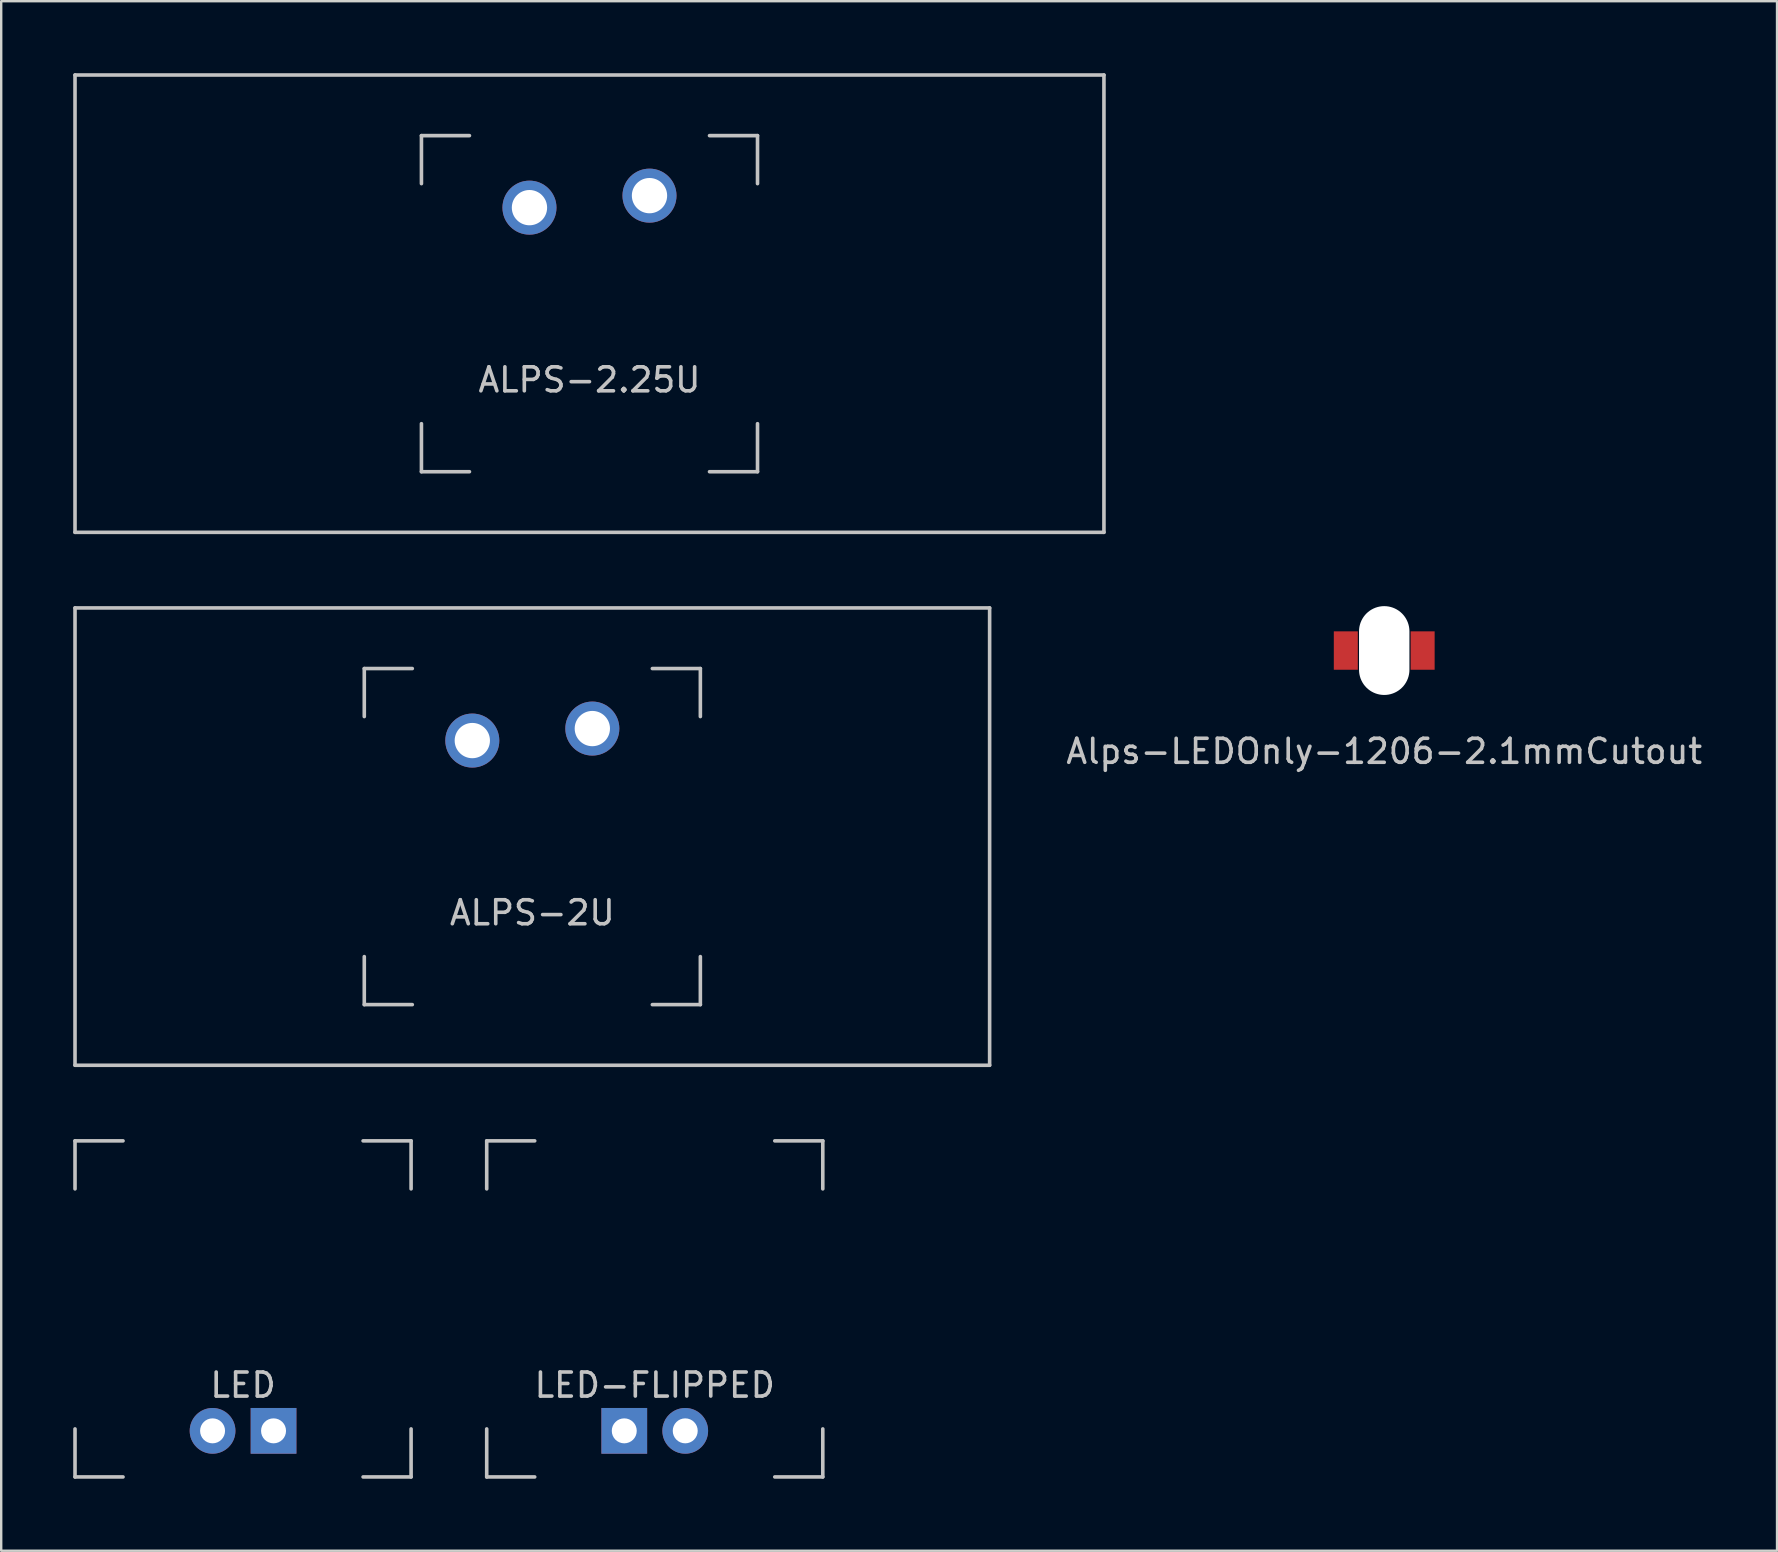
<source format=kicad_pcb>
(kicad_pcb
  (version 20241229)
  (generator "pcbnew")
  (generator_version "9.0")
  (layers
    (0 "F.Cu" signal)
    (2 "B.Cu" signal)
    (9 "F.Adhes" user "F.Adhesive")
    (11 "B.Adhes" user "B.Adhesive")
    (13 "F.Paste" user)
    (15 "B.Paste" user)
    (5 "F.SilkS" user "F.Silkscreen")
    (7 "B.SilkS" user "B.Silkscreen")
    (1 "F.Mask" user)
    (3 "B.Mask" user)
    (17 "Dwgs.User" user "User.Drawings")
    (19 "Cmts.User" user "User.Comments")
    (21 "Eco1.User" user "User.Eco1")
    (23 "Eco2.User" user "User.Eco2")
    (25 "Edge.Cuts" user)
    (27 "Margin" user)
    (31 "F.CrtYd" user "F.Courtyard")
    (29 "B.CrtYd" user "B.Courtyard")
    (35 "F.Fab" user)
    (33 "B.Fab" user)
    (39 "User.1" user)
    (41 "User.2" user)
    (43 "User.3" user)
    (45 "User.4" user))
  (footprint "ALPS-2.25U"
    (layer "F.Cu")
    (at 21.506 9.6)
    (property "Reference" "ALPS-2.25U" (at 0 3.175 0) (layer "Dwgs.User") (effects (font (size 1 1) (thickness 0.15))))
    (attr through_hole)
    (fp_line (start -21.431 -9.525) (end 21.431 -9.525) (stroke (width 0.15) (type solid)) (layer "Dwgs.User"))
    (fp_line (start -21.431 9.525) (end -21.431 -9.525) (stroke (width 0.15) (type solid)) (layer "Dwgs.User"))
    (fp_line (start -21.431 9.525) (end 21.431 9.525) (stroke (width 0.15) (type solid)) (layer "Dwgs.User"))
    (fp_line (start -7 -7) (end -7 -5) (stroke (width 0.15) (type solid)) (layer "Dwgs.User"))
    (fp_line (start -7 5) (end -7 7) (stroke (width 0.15) (type solid)) (layer "Dwgs.User"))
    (fp_line (start -7 7) (end -5 7) (stroke (width 0.15) (type solid)) (layer "Dwgs.User"))
    (fp_line (start -5 -7) (end -7 -7) (stroke (width 0.15) (type solid)) (layer "Dwgs.User"))
    (fp_line (start 5 -7) (end 7 -7) (stroke (width 0.15) (type solid)) (layer "Dwgs.User"))
    (fp_line (start 5 7) (end 7 7) (stroke (width 0.15) (type solid)) (layer "Dwgs.User"))
    (fp_line (start 7 -7) (end 7 -5) (stroke (width 0.15) (type solid)) (layer "Dwgs.User"))
    (fp_line (start 7 7) (end 7 5) (stroke (width 0.15) (type solid)) (layer "Dwgs.User"))
    (fp_line (start 21.431 -9.525) (end 21.431 9.525) (stroke (width 0.15) (type solid)) (layer "Dwgs.User"))
    (pad "1" thru_hole circle (at -2.5 -4) (size 2.25 2.25) (drill 1.47) (layers "*.Cu" "B.Mask"))
    (pad "2" thru_hole circle (at 2.5 -4.5) (size 2.25 2.25) (drill 1.47) (layers "*.Cu" "B.Mask")))
  (footprint "LED-FLIPPED"
    (layer "F.Cu")
    (at 24.225 51.475)
    (property "Reference" "LED-FLIPPED" (at 0 3.175 0) (layer "Dwgs.User") (effects (font (size 1 1) (thickness 0.15))))
    (attr through_hole)
    (fp_line (start -7 -7) (end -7 -5) (stroke (width 0.15) (type solid)) (layer "Dwgs.User"))
    (fp_line (start -7 5) (end -7 7) (stroke (width 0.15) (type solid)) (layer "Dwgs.User"))
    (fp_line (start -7 7) (end -5 7) (stroke (width 0.15) (type solid)) (layer "Dwgs.User"))
    (fp_line (start -5 -7) (end -7 -7) (stroke (width 0.15) (type solid)) (layer "Dwgs.User"))
    (fp_line (start 5 -7) (end 7 -7) (stroke (width 0.15) (type solid)) (layer "Dwgs.User"))
    (fp_line (start 5 7) (end 7 7) (stroke (width 0.15) (type solid)) (layer "Dwgs.User"))
    (fp_line (start 7 -7) (end 7 -5) (stroke (width 0.15) (type solid)) (layer "Dwgs.User"))
    (fp_line (start 7 7) (end 7 5) (stroke (width 0.15) (type solid)) (layer "Dwgs.User"))
    (pad "1" thru_hole circle (at 1.27 5.08) (size 1.905 1.905) (drill 1.04) (layers "*.Cu" "*.Mask"))
    (pad "2" thru_hole rect (at -1.27 5.08) (size 1.905 1.905) (drill 1.04) (layers "*.Cu" "*.Mask")))
  (footprint "LED"
    (layer "F.Cu")
    (at 7.075 51.475)
    (property "Reference" "LED" (at 0 3.175 0) (layer "Dwgs.User") (effects (font (size 1 1) (thickness 0.15))))
    (attr through_hole)
    (fp_line (start -7 -7) (end -7 -5) (stroke (width 0.15) (type solid)) (layer "Dwgs.User"))
    (fp_line (start -7 5) (end -7 7) (stroke (width 0.15) (type solid)) (layer "Dwgs.User"))
    (fp_line (start -7 7) (end -5 7) (stroke (width 0.15) (type solid)) (layer "Dwgs.User"))
    (fp_line (start -5 -7) (end -7 -7) (stroke (width 0.15) (type solid)) (layer "Dwgs.User"))
    (fp_line (start 5 -7) (end 7 -7) (stroke (width 0.15) (type solid)) (layer "Dwgs.User"))
    (fp_line (start 5 7) (end 7 7) (stroke (width 0.15) (type solid)) (layer "Dwgs.User"))
    (fp_line (start 7 -7) (end 7 -5) (stroke (width 0.15) (type solid)) (layer "Dwgs.User"))
    (fp_line (start 7 7) (end 7 5) (stroke (width 0.15) (type solid)) (layer "Dwgs.User"))
    (pad "1" thru_hole circle (at -1.27 5.08) (size 1.905 1.905) (drill 1.04) (layers "*.Cu" "*.Mask"))
    (pad "2" thru_hole rect (at 1.27 5.08) (size 1.905 1.905) (drill 1.04) (layers "*.Cu" "*.Mask")))
  (footprint "Alps-LEDOnly-1206-2.1mmCutout"
    (layer "F.Cu")
    (at 54.613 24.05)
    (property "Reference" "Alps-LEDOnly-1206-2.1mmCutout" (at 0 4.2 0) (layer "Dwgs.User") (effects (font (size 1 1) (thickness 0.15))))
    (attr through_hole)
    (pad "" np_thru_hole oval (at 0 0) (size 2.1 3.7) (drill oval 2.1 3.7) (layers "*.Cu" "*.Mask"))
    (pad "1" smd rect (at -1.6 0) (size 1 1.6) (layers "F.Cu" "F.Mask" "F.Paste"))
    (pad "2" smd rect (at 1.6 0) (size 1 1.6) (layers "F.Cu" "F.Mask" "F.Paste")))
  (footprint "ALPS-2U"
    (layer "F.Cu")
    (at 19.125 31.8)
    (property "Reference" "ALPS-2U" (at 0 3.175 0) (layer "Dwgs.User") (effects (font (size 1 1) (thickness 0.15))))
    (attr through_hole)
    (fp_line (start -19.05 -9.525) (end 19.05 -9.525) (stroke (width 0.15) (type solid)) (layer "Dwgs.User"))
    (fp_line (start -19.05 9.525) (end -19.05 -9.525) (stroke (width 0.15) (type solid)) (layer "Dwgs.User"))
    (fp_line (start -19.05 9.525) (end 19.05 9.525) (stroke (width 0.15) (type solid)) (layer "Dwgs.User"))
    (fp_line (start -7 -7) (end -7 -5) (stroke (width 0.15) (type solid)) (layer "Dwgs.User"))
    (fp_line (start -7 5) (end -7 7) (stroke (width 0.15) (type solid)) (layer "Dwgs.User"))
    (fp_line (start -7 7) (end -5 7) (stroke (width 0.15) (type solid)) (layer "Dwgs.User"))
    (fp_line (start -5 -7) (end -7 -7) (stroke (width 0.15) (type solid)) (layer "Dwgs.User"))
    (fp_line (start 5 -7) (end 7 -7) (stroke (width 0.15) (type solid)) (layer "Dwgs.User"))
    (fp_line (start 5 7) (end 7 7) (stroke (width 0.15) (type solid)) (layer "Dwgs.User"))
    (fp_line (start 7 -7) (end 7 -5) (stroke (width 0.15) (type solid)) (layer "Dwgs.User"))
    (fp_line (start 7 7) (end 7 5) (stroke (width 0.15) (type solid)) (layer "Dwgs.User"))
    (fp_line (start 19.05 -9.525) (end 19.05 9.525) (stroke (width 0.15) (type solid)) (layer "Dwgs.User"))
    (pad "1" thru_hole circle (at -2.5 -4) (size 2.25 2.25) (drill 1.47) (layers "*.Cu" "B.Mask"))
    (pad "2" thru_hole circle (at 2.5 -4.5) (size 2.25 2.25) (drill 1.47) (layers "*.Cu" "B.Mask")))
  (gr_rect
    (start -3 -3)
    (end 70.976 61.55)
    (stroke (width 0.1) (type default))
    (fill no)
    (layer "Edge.Cuts")))
</source>
